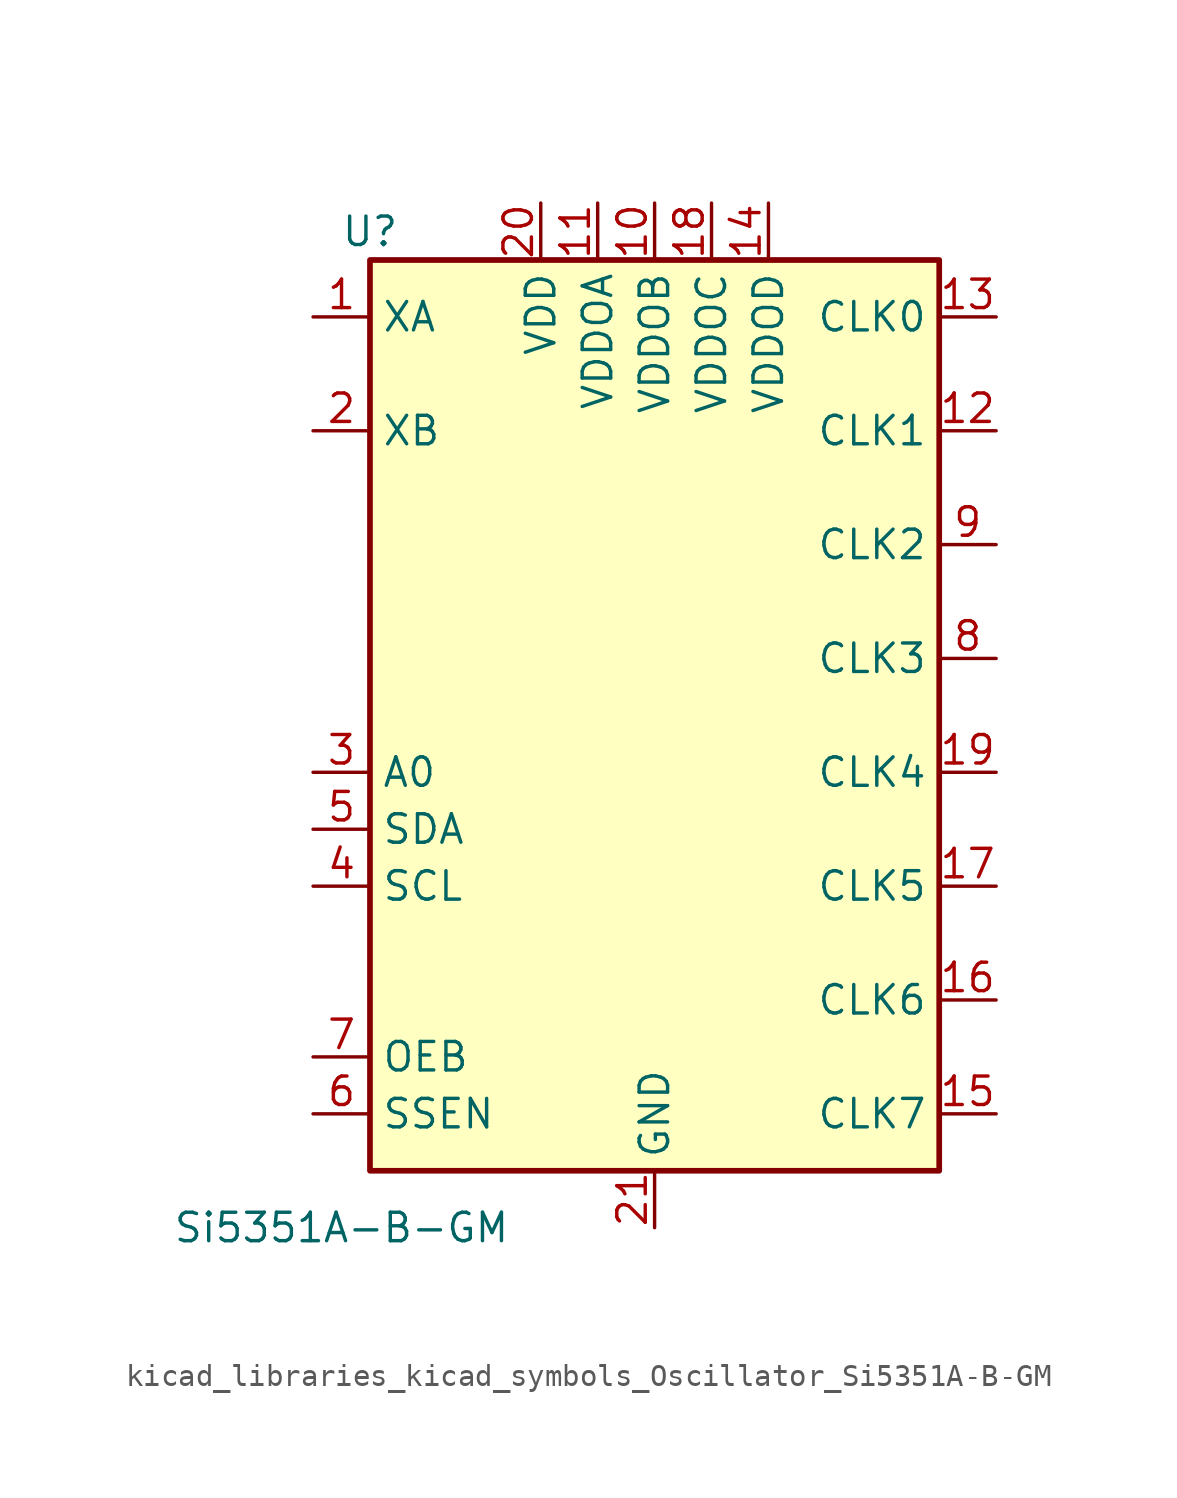
<source format=kicad_sym>
(kicad_symbol_lib
  (version 20220914)
  (generator kicad_symbol_editor)
  (symbol "kicad_libraries_kicad_symbols_Oscillator_Si5351A-B-GM"
    (property "Reference" "U"
      (at -12.7 21.59 0)
      (effects (font (size 1.27 1.27))))
    (property "Value" "Si5351A-B-GM"
      (at -13.97 -22.86 0)
      (effects (font (size 1.27 1.27))))
    (symbol "kicad_libraries_kicad_symbols_Oscillator_Si5351A-B-GM_1_1"
      (rectangle (start -12.7 20.32) (end 12.7 -20.32) (stroke (width 0.254) (type default)) (fill (type background)))
      (pin input line (at -15.24 17.78 0) (length 2.54) (name "XA" (effects (font (size 1.27 1.27)))) (number "1" (effects (font (size 1.27 1.27)))))
      (pin power_in line (at 0 22.86 270) (length 2.54) (name "VDDOB" (effects (font (size 1.27 1.27)))) (number "10" (effects (font (size 1.27 1.27)))))
      (pin power_in line (at -2.54 22.86 270) (length 2.54) (name "VDDOA" (effects (font (size 1.27 1.27)))) (number "11" (effects (font (size 1.27 1.27)))))
      (pin output line (at 15.24 12.7 180) (length 2.54) (name "CLK1" (effects (font (size 1.27 1.27)))) (number "12" (effects (font (size 1.27 1.27)))))
      (pin output line (at 15.24 17.78 180) (length 2.54) (name "CLK0" (effects (font (size 1.27 1.27)))) (number "13" (effects (font (size 1.27 1.27)))))
      (pin power_in line (at 5.08 22.86 270) (length 2.54) (name "VDDOD" (effects (font (size 1.27 1.27)))) (number "14" (effects (font (size 1.27 1.27)))))
      (pin output line (at 15.24 -17.78 180) (length 2.54) (name "CLK7" (effects (font (size 1.27 1.27)))) (number "15" (effects (font (size 1.27 1.27)))))
      (pin output line (at 15.24 -12.7 180) (length 2.54) (name "CLK6" (effects (font (size 1.27 1.27)))) (number "16" (effects (font (size 1.27 1.27)))))
      (pin output line (at 15.24 -7.62 180) (length 2.54) (name "CLK5" (effects (font (size 1.27 1.27)))) (number "17" (effects (font (size 1.27 1.27)))))
      (pin power_in line (at 2.54 22.86 270) (length 2.54) (name "VDDOC" (effects (font (size 1.27 1.27)))) (number "18" (effects (font (size 1.27 1.27)))))
      (pin output line (at 15.24 -2.54 180) (length 2.54) (name "CLK4" (effects (font (size 1.27 1.27)))) (number "19" (effects (font (size 1.27 1.27)))))
      (pin input line (at -15.24 12.7 0) (length 2.54) (name "XB" (effects (font (size 1.27 1.27)))) (number "2" (effects (font (size 1.27 1.27)))))
      (pin power_in line (at -5.08 22.86 270) (length 2.54) (name "VDD" (effects (font (size 1.27 1.27)))) (number "20" (effects (font (size 1.27 1.27)))))
      (pin power_in line (at 0 -22.86 90) (length 2.54) (name "GND" (effects (font (size 1.27 1.27)))) (number "21" (effects (font (size 1.27 1.27)))))
      (pin input line (at -15.24 -2.54 0) (length 2.54) (name "A0" (effects (font (size 1.27 1.27)))) (number "3" (effects (font (size 1.27 1.27)))))
      (pin input line (at -15.24 -7.62 0) (length 2.54) (name "SCL" (effects (font (size 1.27 1.27)))) (number "4" (effects (font (size 1.27 1.27)))))
      (pin bidirectional line (at -15.24 -5.08 0) (length 2.54) (name "SDA" (effects (font (size 1.27 1.27)))) (number "5" (effects (font (size 1.27 1.27)))))
      (pin input line (at -15.24 -17.78 0) (length 2.54) (name "SSEN" (effects (font (size 1.27 1.27)))) (number "6" (effects (font (size 1.27 1.27)))))
      (pin input line (at -15.24 -15.24 0) (length 2.54) (name "OEB" (effects (font (size 1.27 1.27)))) (number "7" (effects (font (size 1.27 1.27)))))
      (pin output line (at 15.24 2.54 180) (length 2.54) (name "CLK3" (effects (font (size 1.27 1.27)))) (number "8" (effects (font (size 1.27 1.27)))))
      (pin output line (at 15.24 7.62 180) (length 2.54) (name "CLK2" (effects (font (size 1.27 1.27)))) (number "9" (effects (font (size 1.27 1.27))))))))
</source>
